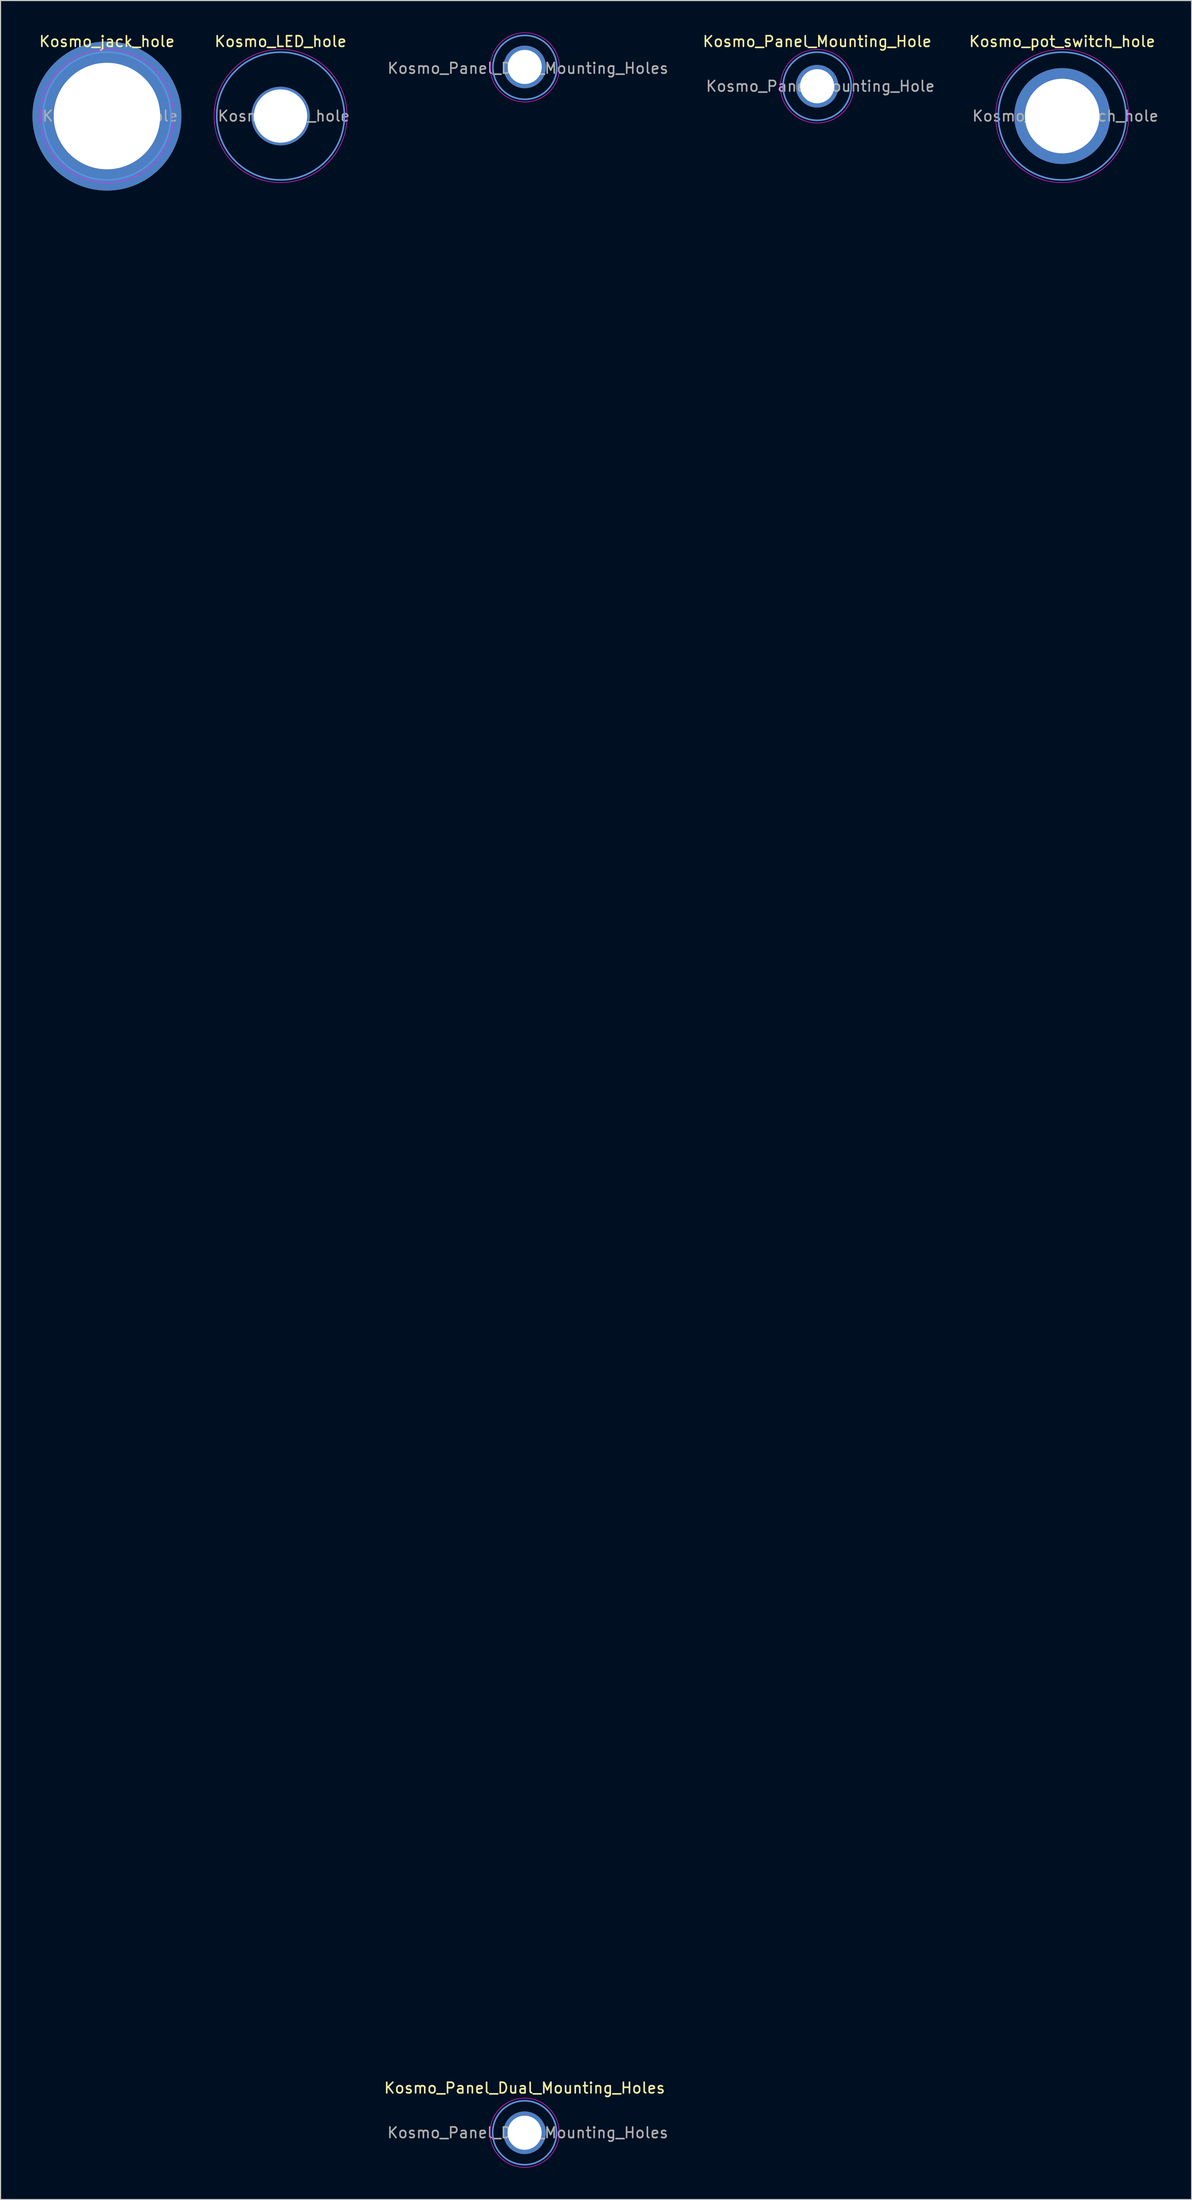
<source format=kicad_pcb>
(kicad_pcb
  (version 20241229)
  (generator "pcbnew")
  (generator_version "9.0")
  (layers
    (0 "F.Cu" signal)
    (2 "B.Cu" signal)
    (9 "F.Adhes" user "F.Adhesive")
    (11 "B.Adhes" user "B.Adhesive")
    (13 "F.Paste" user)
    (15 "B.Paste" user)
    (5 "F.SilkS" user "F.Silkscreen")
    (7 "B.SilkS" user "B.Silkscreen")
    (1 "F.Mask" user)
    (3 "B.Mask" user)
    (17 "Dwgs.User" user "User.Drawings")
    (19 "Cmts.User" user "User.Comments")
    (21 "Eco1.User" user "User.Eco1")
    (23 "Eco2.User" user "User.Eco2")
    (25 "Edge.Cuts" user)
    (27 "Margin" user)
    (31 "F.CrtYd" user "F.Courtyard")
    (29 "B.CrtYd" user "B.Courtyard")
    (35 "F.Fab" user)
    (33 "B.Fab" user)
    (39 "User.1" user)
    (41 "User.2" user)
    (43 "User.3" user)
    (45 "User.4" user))
  (footprint "Kosmo_Panel_Mounting_Hole"
    (layer "F.Cu")
    (at 73.738 5.048)
    (property "Reference" "Kosmo_Panel_Mounting_Hole" (at 0 -4.2 0) (layer "F.SilkS") (effects (font (size 1 1) (thickness 0.15))))
    (attr exclude_from_pos_files exclude_from_bom)
    (fp_circle (center 0 0) (end 3.2 0) (stroke (width 0.15) (type solid)) (fill no) (layer "Cmts.User"))
    (fp_circle (center 0 0) (end 3.45 0) (stroke (width 0.05) (type solid)) (fill no) (layer "F.CrtYd"))
    (fp_text user "${REFERENCE}" (at 0.3 0 0) (layer "F.Fab") (effects (font (size 1 1) (thickness 0.15))))
    (pad "1" thru_hole circle (at 0 0) (size 4 4) (drill 3.2) (layers "*.Cu" "*.Mask")))
  (footprint "Kosmo_Panel_Dual_Mounting_Holes"
    (layer "F.Cu")
    (at 46.246 197.242)
    (property "Reference" "Kosmo_Panel_Dual_Mounting_Holes" (at 0 -4.2 0) (layer "F.SilkS") (effects (font (size 1 1) (thickness 0.15))))
    (attr exclude_from_pos_files exclude_from_bom)
    (fp_circle (center 0 0) (end 3 0) (stroke (width 0.15) (type solid)) (fill no) (layer "Cmts.User"))
    (fp_circle (center 0.025 -193.967) (end 3.025 -193.967) (stroke (width 0.15) (type solid)) (fill no) (layer "Cmts.User"))
    (fp_circle (center 0 0) (end 3.25 0) (stroke (width 0.05) (type solid)) (fill no) (layer "F.CrtYd"))
    (fp_circle (center 0.025 -193.967) (end 3.275 -193.967) (stroke (width 0.05) (type solid)) (fill no) (layer "F.CrtYd"))
    (fp_text user "${REFERENCE}" (at 0.3 0 0) (layer "F.Fab") (effects (font (size 1 1) (thickness 0.15))))
    (fp_text user "${REFERENCE}" (at 0.313 -193.878 0) (layer "F.Fab") (effects (font (size 1 1) (thickness 0.15))))
    (pad "1" thru_hole circle (at 0 0) (size 4 4) (drill 3.2) (layers "*.Cu" "*.Mask"))
    (pad "1" thru_hole circle (at 0.013 -194.005) (size 4 4) (drill 3.2) (layers "*.Cu" "*.Mask")))
  (footprint "Kosmo_jack_hole"
    (layer "F.Cu")
    (at 7 7.848)
    (property "Reference" "Kosmo_jack_hole" (at 0 -7 0) (layer "F.SilkS") (effects (font (size 1 1) (thickness 0.15))))
    (attr exclude_from_pos_files exclude_from_bom)
    (fp_circle (center 0 0) (end 6 0) (stroke (width 0.15) (type solid)) (fill no) (layer "Cmts.User"))
    (fp_circle (center 0 0) (end 6.25 0) (stroke (width 0.05) (type solid)) (fill no) (layer "F.CrtYd"))
    (fp_text user "${REFERENCE}" (at 0.3 0 0) (layer "F.Fab") (effects (font (size 1 1) (thickness 0.15))))
    (pad "1" thru_hole circle (at 0 0) (size 14 14) (drill 10) (layers "*.Cu" "*.Mask")))
  (footprint "Kosmo_pot_switch_hole"
    (layer "F.Cu")
    (at 96.764 7.848)
    (property "Reference" "Kosmo_pot_switch_hole" (at 0 -7 0) (layer "F.SilkS") (effects (font (size 1 1) (thickness 0.15))))
    (attr exclude_from_pos_files exclude_from_bom)
    (fp_circle (center 0 0) (end 6 0) (stroke (width 0.15) (type solid)) (fill no) (layer "Cmts.User"))
    (fp_circle (center 0 0) (end 6.25 0) (stroke (width 0.05) (type solid)) (fill no) (layer "F.CrtYd"))
    (fp_text user "${REFERENCE}" (at 0.3 0 0) (layer "F.Fab") (effects (font (size 1 1) (thickness 0.15))))
    (pad "1" thru_hole circle (at 0 0) (size 9 9) (drill 7) (layers "*.Cu" "*.Mask")))
  (footprint "Kosmo_LED_hole"
    (layer "F.Cu")
    (at 23.315 7.848)
    (property "Reference" "Kosmo_LED_hole" (at 0 -7 0) (layer "F.SilkS") (effects (font (size 1 1) (thickness 0.15))))
    (attr exclude_from_pos_files exclude_from_bom)
    (fp_circle (center 0 0) (end 6 0) (stroke (width 0.15) (type solid)) (fill no) (layer "Cmts.User"))
    (fp_circle (center 0 0) (end 6.25 0) (stroke (width 0.05) (type solid)) (fill no) (layer "F.CrtYd"))
    (fp_text user "${REFERENCE}" (at 0.3 0 0) (layer "F.Fab") (effects (font (size 1 1) (thickness 0.15))))
    (pad "1" thru_hole circle (at 0 0) (size 5.5 5.5) (drill 5) (layers "*.Cu" "*.Mask")))
  (gr_rect
    (start -3 -3)
    (end 108.927 203.517)
    (stroke (width 0.1) (type default))
    (fill no)
    (layer "Edge.Cuts")))
</source>
